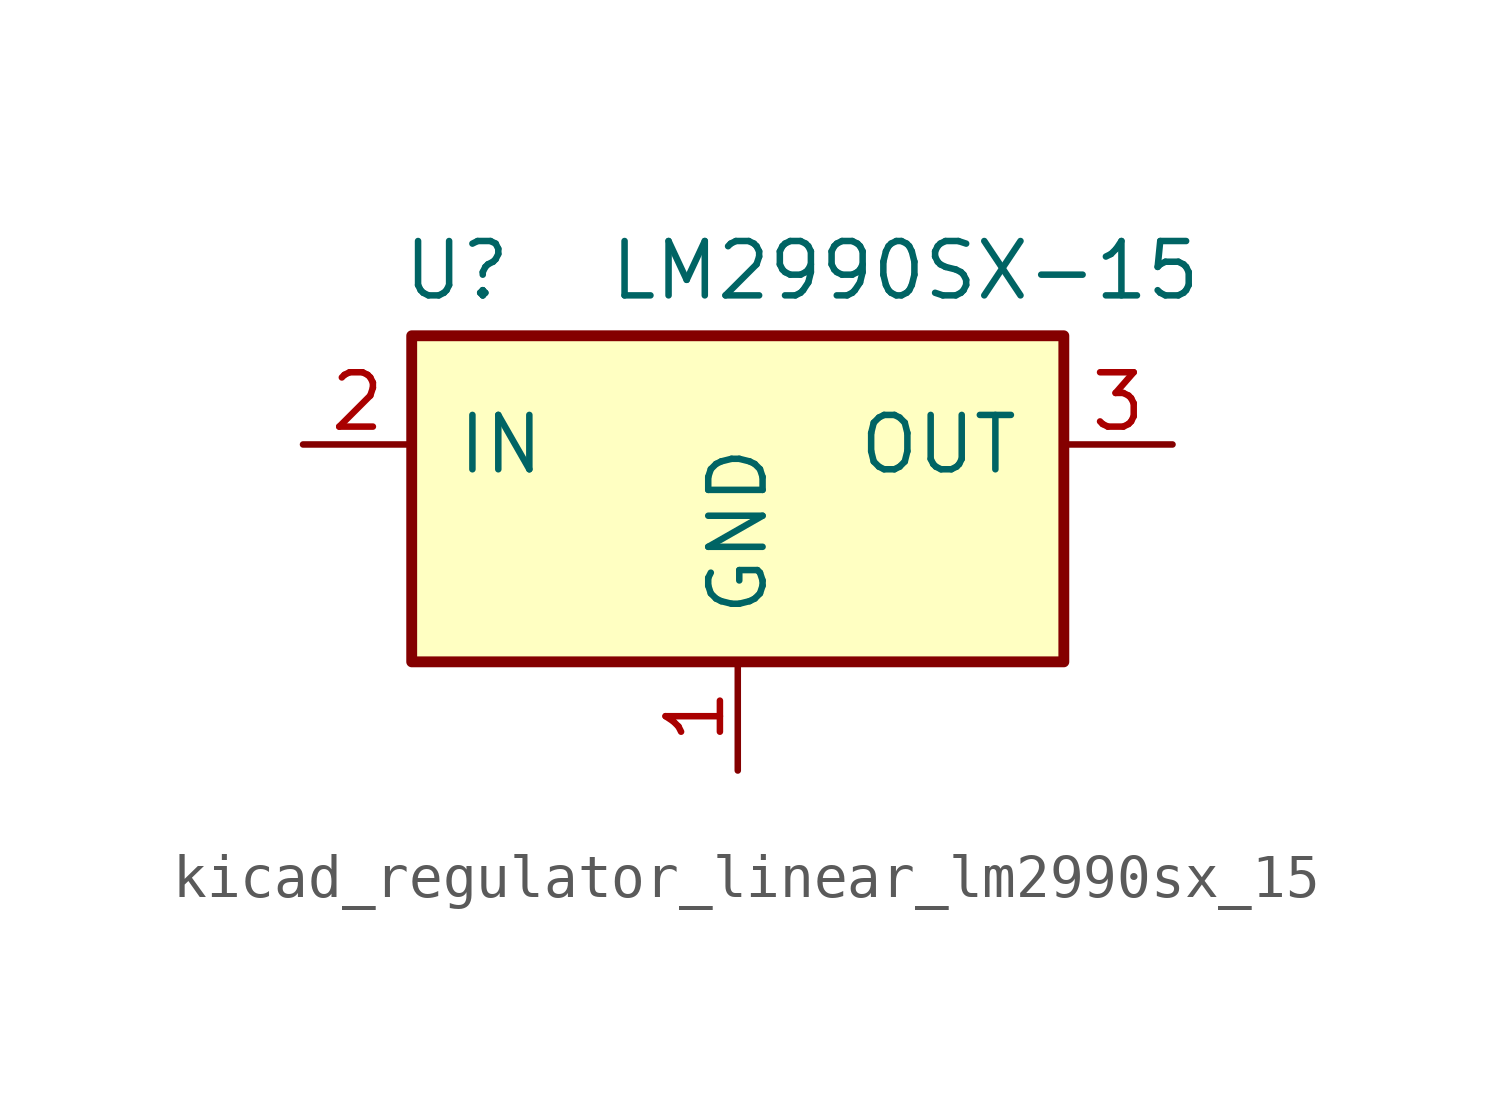
<source format=kicad_sym>
(kicad_symbol_lib
  (version 20220914)
  (generator kicad_symbol_editor)
  (symbol "kicad_regulator_linear_lm2990sx_15"
    (pin_names
      (offset 1.016))
    (property "Reference" "U"
      (at -7.874 4.064 0)
      (effects (font (size 1.27 1.27)) (justify left)))
    (property "Value" "LM2990SX-15"
      (at -3.048 4.064 0)
      (effects (font (size 1.27 1.27)) (justify left)))
    (symbol "kicad_regulator_linear_lm2990sx_15_0_1"
      (rectangle (start -7.62 2.54) (end 7.62 -5.08) (stroke (width 0.254) (type default)) (fill (type background))))
    (symbol "kicad_regulator_linear_lm2990sx_15_1_1"
      (pin power_in line (at 0 -7.62 90) (length 2.54) (name "GND" (effects (font (size 1.27 1.27)))) (number "1" (effects (font (size 1.27 1.27)))))
      (pin power_in line (at -10.16 0 0) (length 2.54) (name "IN" (effects (font (size 1.27 1.27)))) (number "2" (effects (font (size 1.27 1.27)))))
      (pin power_out line (at 10.16 0 180) (length 2.54) (name "OUT" (effects (font (size 1.27 1.27)))) (number "3" (effects (font (size 1.27 1.27))))))))
</source>
